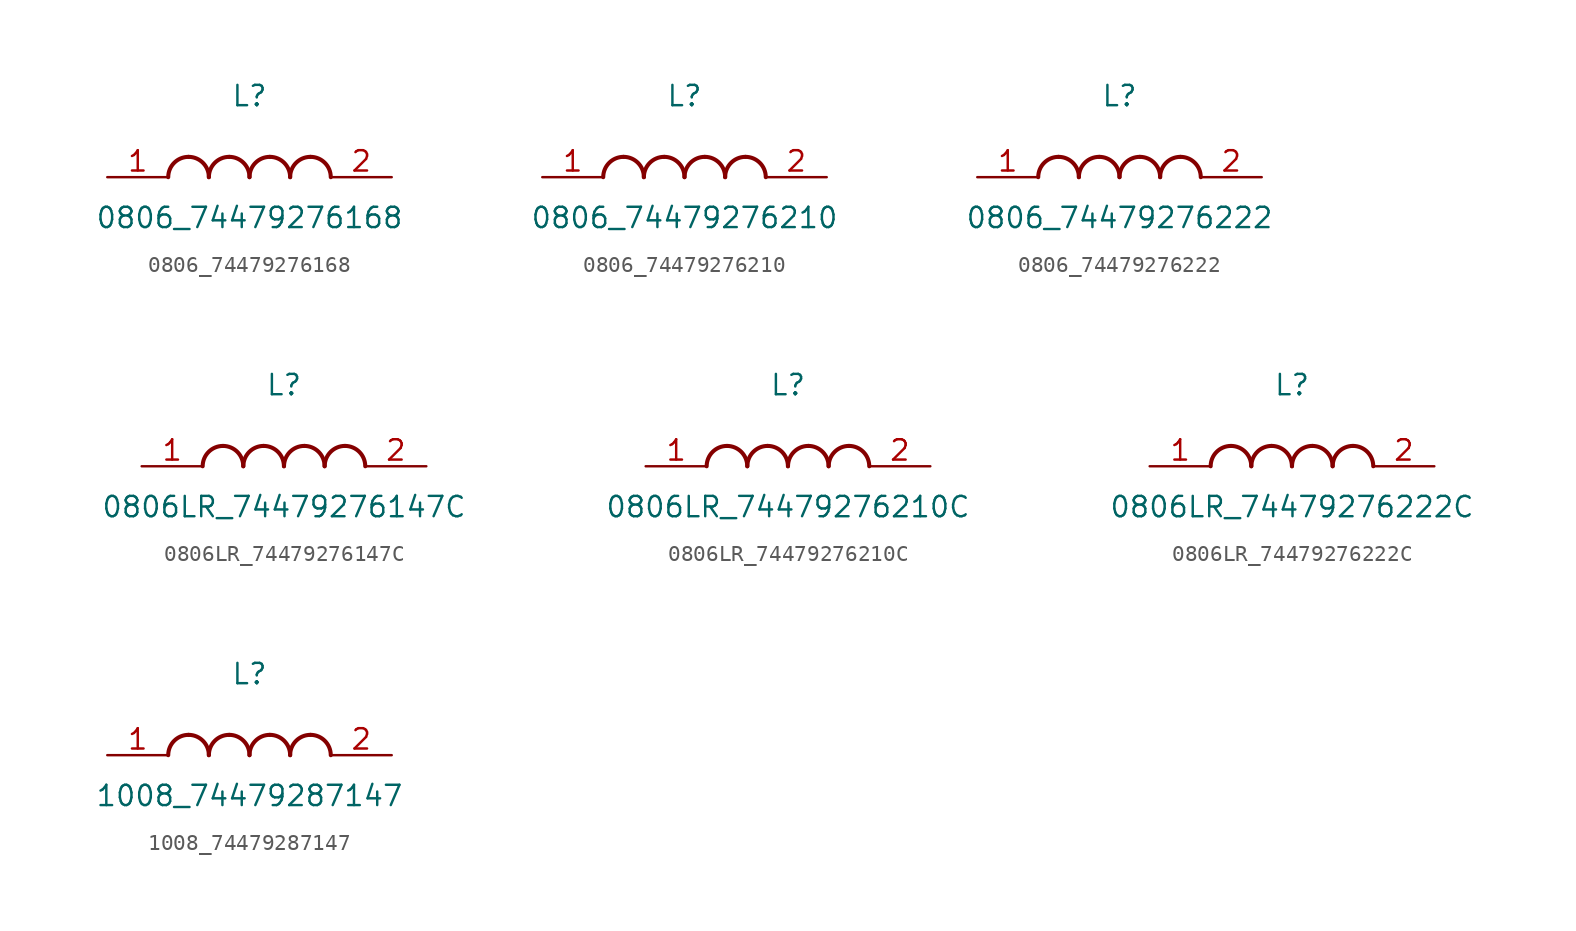
<source format=kicad_sym>
(kicad_symbol_lib
  (version 20211014)
  (generator kicad_symbol_editor)
  (symbol "Inductor_Wurth_WE-PMCI:0806_74479276168"
    (pin_names hide)
    (property "Reference" "L"
      (at 0 5.08 0)
      (effects (font (size 1.27 1.27))))
    (property "Value" "0806_74479276168"
      (at 0 -2.54 0)
      (effects (font (size 1.27 1.27))))
    (symbol "0806_74479276168_0_1"
      (arc (start -3.81 1.27) (mid -4.708 0.898) (end -5.08 0) (stroke (width 0.254) (type default) (color 0 0 0 0)) (fill (type none)))
      (arc (start -2.54 0) (mid -2.912 0.898) (end -3.81 1.27) (stroke (width 0.254) (type default) (color 0 0 0 0)) (fill (type none)))
      (arc (start -1.2699 1.2701) (mid -2.1679 0.8981) (end -2.5399 0.0001) (stroke (width 0.254) (type default) (color 0 0 0 0)) (fill (type none)))
      (arc (start 0.0001 0.0001) (mid -0.3719 0.8981) (end -1.2699 1.2701) (stroke (width 0.254) (type default) (color 0 0 0 0)) (fill (type none)))
      (arc (start 1.2701 1.2701) (mid 0.3721 0.8981) (end 0.0001 0.0001) (stroke (width 0.254) (type default) (color 0 0 0 0)) (fill (type none)))
      (arc (start 2.5401 0.0001) (mid 2.1681 0.8981) (end 1.2701 1.2701) (stroke (width 0.254) (type default) (color 0 0 0 0)) (fill (type none)))
      (arc (start 3.8101 1.2701) (mid 2.9121 0.8981) (end 2.5401 0.0001) (stroke (width 0.254) (type default) (color 0 0 0 0)) (fill (type none)))
      (arc (start 5.0801 0.0001) (mid 4.7081 0.8981) (end 3.8101 1.2701) (stroke (width 0.254) (type default) (color 0 0 0 0)) (fill (type none))))
    (symbol "0806_74479276168_1_1"
      (pin passive line (at -8.89 0 0) (length 3.81) (name "1" (effects (font (size 1.27 1.27)))) (number "1" (effects (font (size 1.27 1.27)))))
      (pin passive line (at 8.89 0 180) (length 3.81) (name "2" (effects (font (size 1.27 1.27)))) (number "2" (effects (font (size 1.27 1.27)))))))
  (symbol "Inductor_Wurth_WE-PMCI:0806_74479276210"
    (pin_names hide)
    (property "Reference" "L"
      (at 0 5.08 0)
      (effects (font (size 1.27 1.27))))
    (property "Value" "0806_74479276210"
      (at 0 -2.54 0)
      (effects (font (size 1.27 1.27))))
    (symbol "0806_74479276210_0_1"
      (arc (start -3.81 1.27) (mid -4.708 0.898) (end -5.08 0) (stroke (width 0.254) (type default) (color 0 0 0 0)) (fill (type none)))
      (arc (start -2.54 0) (mid -2.912 0.898) (end -3.81 1.27) (stroke (width 0.254) (type default) (color 0 0 0 0)) (fill (type none)))
      (arc (start -1.2699 1.2701) (mid -2.1679 0.8981) (end -2.5399 0.0001) (stroke (width 0.254) (type default) (color 0 0 0 0)) (fill (type none)))
      (arc (start 0.0001 0.0001) (mid -0.3719 0.8981) (end -1.2699 1.2701) (stroke (width 0.254) (type default) (color 0 0 0 0)) (fill (type none)))
      (arc (start 1.2701 1.2701) (mid 0.3721 0.8981) (end 0.0001 0.0001) (stroke (width 0.254) (type default) (color 0 0 0 0)) (fill (type none)))
      (arc (start 2.5401 0.0001) (mid 2.1681 0.8981) (end 1.2701 1.2701) (stroke (width 0.254) (type default) (color 0 0 0 0)) (fill (type none)))
      (arc (start 3.8101 1.2701) (mid 2.9121 0.8981) (end 2.5401 0.0001) (stroke (width 0.254) (type default) (color 0 0 0 0)) (fill (type none)))
      (arc (start 5.0801 0.0001) (mid 4.7081 0.8981) (end 3.8101 1.2701) (stroke (width 0.254) (type default) (color 0 0 0 0)) (fill (type none))))
    (symbol "0806_74479276210_1_1"
      (pin passive line (at -8.89 0 0) (length 3.81) (name "1" (effects (font (size 1.27 1.27)))) (number "1" (effects (font (size 1.27 1.27)))))
      (pin passive line (at 8.89 0 180) (length 3.81) (name "2" (effects (font (size 1.27 1.27)))) (number "2" (effects (font (size 1.27 1.27)))))))
  (symbol "Inductor_Wurth_WE-PMCI:0806_74479276222"
    (pin_names hide)
    (property "Reference" "L"
      (at 0 5.08 0)
      (effects (font (size 1.27 1.27))))
    (property "Value" "0806_74479276222"
      (at 0 -2.54 0)
      (effects (font (size 1.27 1.27))))
    (symbol "0806_74479276222_0_1"
      (arc (start -3.81 1.27) (mid -4.708 0.898) (end -5.08 0) (stroke (width 0.254) (type default) (color 0 0 0 0)) (fill (type none)))
      (arc (start -2.54 0) (mid -2.912 0.898) (end -3.81 1.27) (stroke (width 0.254) (type default) (color 0 0 0 0)) (fill (type none)))
      (arc (start -1.2699 1.2701) (mid -2.1679 0.8981) (end -2.5399 0.0001) (stroke (width 0.254) (type default) (color 0 0 0 0)) (fill (type none)))
      (arc (start 0.0001 0.0001) (mid -0.3719 0.8981) (end -1.2699 1.2701) (stroke (width 0.254) (type default) (color 0 0 0 0)) (fill (type none)))
      (arc (start 1.2701 1.2701) (mid 0.3721 0.8981) (end 0.0001 0.0001) (stroke (width 0.254) (type default) (color 0 0 0 0)) (fill (type none)))
      (arc (start 2.5401 0.0001) (mid 2.1681 0.8981) (end 1.2701 1.2701) (stroke (width 0.254) (type default) (color 0 0 0 0)) (fill (type none)))
      (arc (start 3.8101 1.2701) (mid 2.9121 0.8981) (end 2.5401 0.0001) (stroke (width 0.254) (type default) (color 0 0 0 0)) (fill (type none)))
      (arc (start 5.0801 0.0001) (mid 4.7081 0.8981) (end 3.8101 1.2701) (stroke (width 0.254) (type default) (color 0 0 0 0)) (fill (type none))))
    (symbol "0806_74479276222_1_1"
      (pin passive line (at -8.89 0 0) (length 3.81) (name "1" (effects (font (size 1.27 1.27)))) (number "1" (effects (font (size 1.27 1.27)))))
      (pin passive line (at 8.89 0 180) (length 3.81) (name "2" (effects (font (size 1.27 1.27)))) (number "2" (effects (font (size 1.27 1.27)))))))
  (symbol "Inductor_Wurth_WE-PMCI:0806LR_74479276147C"
    (pin_names hide)
    (property "Reference" "L"
      (at 0 5.08 0)
      (effects (font (size 1.27 1.27))))
    (property "Value" "0806LR_74479276147C"
      (at 0 -2.54 0)
      (effects (font (size 1.27 1.27))))
    (symbol "0806LR_74479276147C_0_1"
      (arc (start -3.81 1.27) (mid -4.708 0.898) (end -5.08 0) (stroke (width 0.254) (type default) (color 0 0 0 0)) (fill (type none)))
      (arc (start -2.54 0) (mid -2.912 0.898) (end -3.81 1.27) (stroke (width 0.254) (type default) (color 0 0 0 0)) (fill (type none)))
      (arc (start -1.2699 1.2701) (mid -2.1679 0.8981) (end -2.5399 0.0001) (stroke (width 0.254) (type default) (color 0 0 0 0)) (fill (type none)))
      (arc (start 0.0001 0.0001) (mid -0.3719 0.8981) (end -1.2699 1.2701) (stroke (width 0.254) (type default) (color 0 0 0 0)) (fill (type none)))
      (arc (start 1.2701 1.2701) (mid 0.3721 0.8981) (end 0.0001 0.0001) (stroke (width 0.254) (type default) (color 0 0 0 0)) (fill (type none)))
      (arc (start 2.5401 0.0001) (mid 2.1681 0.8981) (end 1.2701 1.2701) (stroke (width 0.254) (type default) (color 0 0 0 0)) (fill (type none)))
      (arc (start 3.8101 1.2701) (mid 2.9121 0.8981) (end 2.5401 0.0001) (stroke (width 0.254) (type default) (color 0 0 0 0)) (fill (type none)))
      (arc (start 5.0801 0.0001) (mid 4.7081 0.8981) (end 3.8101 1.2701) (stroke (width 0.254) (type default) (color 0 0 0 0)) (fill (type none))))
    (symbol "0806LR_74479276147C_1_1"
      (pin passive line (at -8.89 0 0) (length 3.81) (name "1" (effects (font (size 1.27 1.27)))) (number "1" (effects (font (size 1.27 1.27)))))
      (pin passive line (at 8.89 0 180) (length 3.81) (name "2" (effects (font (size 1.27 1.27)))) (number "2" (effects (font (size 1.27 1.27)))))))
  (symbol "Inductor_Wurth_WE-PMCI:0806LR_74479276210C"
    (pin_names hide)
    (property "Reference" "L"
      (at 0 5.08 0)
      (effects (font (size 1.27 1.27))))
    (property "Value" "0806LR_74479276210C"
      (at 0 -2.54 0)
      (effects (font (size 1.27 1.27))))
    (symbol "0806LR_74479276210C_0_1"
      (arc (start -3.81 1.27) (mid -4.708 0.898) (end -5.08 0) (stroke (width 0.254) (type default) (color 0 0 0 0)) (fill (type none)))
      (arc (start -2.54 0) (mid -2.912 0.898) (end -3.81 1.27) (stroke (width 0.254) (type default) (color 0 0 0 0)) (fill (type none)))
      (arc (start -1.2699 1.2701) (mid -2.1679 0.8981) (end -2.5399 0.0001) (stroke (width 0.254) (type default) (color 0 0 0 0)) (fill (type none)))
      (arc (start 0.0001 0.0001) (mid -0.3719 0.8981) (end -1.2699 1.2701) (stroke (width 0.254) (type default) (color 0 0 0 0)) (fill (type none)))
      (arc (start 1.2701 1.2701) (mid 0.3721 0.8981) (end 0.0001 0.0001) (stroke (width 0.254) (type default) (color 0 0 0 0)) (fill (type none)))
      (arc (start 2.5401 0.0001) (mid 2.1681 0.8981) (end 1.2701 1.2701) (stroke (width 0.254) (type default) (color 0 0 0 0)) (fill (type none)))
      (arc (start 3.8101 1.2701) (mid 2.9121 0.8981) (end 2.5401 0.0001) (stroke (width 0.254) (type default) (color 0 0 0 0)) (fill (type none)))
      (arc (start 5.0801 0.0001) (mid 4.7081 0.8981) (end 3.8101 1.2701) (stroke (width 0.254) (type default) (color 0 0 0 0)) (fill (type none))))
    (symbol "0806LR_74479276210C_1_1"
      (pin passive line (at -8.89 0 0) (length 3.81) (name "1" (effects (font (size 1.27 1.27)))) (number "1" (effects (font (size 1.27 1.27)))))
      (pin passive line (at 8.89 0 180) (length 3.81) (name "2" (effects (font (size 1.27 1.27)))) (number "2" (effects (font (size 1.27 1.27)))))))
  (symbol "Inductor_Wurth_WE-PMCI:0806LR_74479276222C"
    (pin_names hide)
    (property "Reference" "L"
      (at 0 5.08 0)
      (effects (font (size 1.27 1.27))))
    (property "Value" "0806LR_74479276222C"
      (at 0 -2.54 0)
      (effects (font (size 1.27 1.27))))
    (symbol "0806LR_74479276222C_0_1"
      (arc (start -3.81 1.27) (mid -4.708 0.898) (end -5.08 0) (stroke (width 0.254) (type default) (color 0 0 0 0)) (fill (type none)))
      (arc (start -2.54 0) (mid -2.912 0.898) (end -3.81 1.27) (stroke (width 0.254) (type default) (color 0 0 0 0)) (fill (type none)))
      (arc (start -1.2699 1.2701) (mid -2.1679 0.8981) (end -2.5399 0.0001) (stroke (width 0.254) (type default) (color 0 0 0 0)) (fill (type none)))
      (arc (start 0.0001 0.0001) (mid -0.3719 0.8981) (end -1.2699 1.2701) (stroke (width 0.254) (type default) (color 0 0 0 0)) (fill (type none)))
      (arc (start 1.2701 1.2701) (mid 0.3721 0.8981) (end 0.0001 0.0001) (stroke (width 0.254) (type default) (color 0 0 0 0)) (fill (type none)))
      (arc (start 2.5401 0.0001) (mid 2.1681 0.8981) (end 1.2701 1.2701) (stroke (width 0.254) (type default) (color 0 0 0 0)) (fill (type none)))
      (arc (start 3.8101 1.2701) (mid 2.9121 0.8981) (end 2.5401 0.0001) (stroke (width 0.254) (type default) (color 0 0 0 0)) (fill (type none)))
      (arc (start 5.0801 0.0001) (mid 4.7081 0.8981) (end 3.8101 1.2701) (stroke (width 0.254) (type default) (color 0 0 0 0)) (fill (type none))))
    (symbol "0806LR_74479276222C_1_1"
      (pin passive line (at -8.89 0 0) (length 3.81) (name "1" (effects (font (size 1.27 1.27)))) (number "1" (effects (font (size 1.27 1.27)))))
      (pin passive line (at 8.89 0 180) (length 3.81) (name "2" (effects (font (size 1.27 1.27)))) (number "2" (effects (font (size 1.27 1.27)))))))
  (symbol "Inductor_Wurth_WE-PMCI:1008_74479287147"
    (pin_names hide)
    (property "Reference" "L"
      (at 0 5.08 0)
      (effects (font (size 1.27 1.27))))
    (property "Value" "1008_74479287147"
      (at 0 -2.54 0)
      (effects (font (size 1.27 1.27))))
    (symbol "1008_74479287147_0_1"
      (arc (start -3.81 1.27) (mid -4.708 0.898) (end -5.08 0) (stroke (width 0.254) (type default) (color 0 0 0 0)) (fill (type none)))
      (arc (start -2.54 0) (mid -2.912 0.898) (end -3.81 1.27) (stroke (width 0.254) (type default) (color 0 0 0 0)) (fill (type none)))
      (arc (start -1.2699 1.2701) (mid -2.1679 0.8981) (end -2.5399 0.0001) (stroke (width 0.254) (type default) (color 0 0 0 0)) (fill (type none)))
      (arc (start 0.0001 0.0001) (mid -0.3719 0.8981) (end -1.2699 1.2701) (stroke (width 0.254) (type default) (color 0 0 0 0)) (fill (type none)))
      (arc (start 1.2701 1.2701) (mid 0.3721 0.8981) (end 0.0001 0.0001) (stroke (width 0.254) (type default) (color 0 0 0 0)) (fill (type none)))
      (arc (start 2.5401 0.0001) (mid 2.1681 0.8981) (end 1.2701 1.2701) (stroke (width 0.254) (type default) (color 0 0 0 0)) (fill (type none)))
      (arc (start 3.8101 1.2701) (mid 2.9121 0.8981) (end 2.5401 0.0001) (stroke (width 0.254) (type default) (color 0 0 0 0)) (fill (type none)))
      (arc (start 5.0801 0.0001) (mid 4.7081 0.8981) (end 3.8101 1.2701) (stroke (width 0.254) (type default) (color 0 0 0 0)) (fill (type none))))
    (symbol "1008_74479287147_1_1"
      (pin passive line (at -8.89 0 0) (length 3.81) (name "1" (effects (font (size 1.27 1.27)))) (number "1" (effects (font (size 1.27 1.27)))))
      (pin passive line (at 8.89 0 180) (length 3.81) (name "2" (effects (font (size 1.27 1.27)))) (number "2" (effects (font (size 1.27 1.27))))))))
</source>
